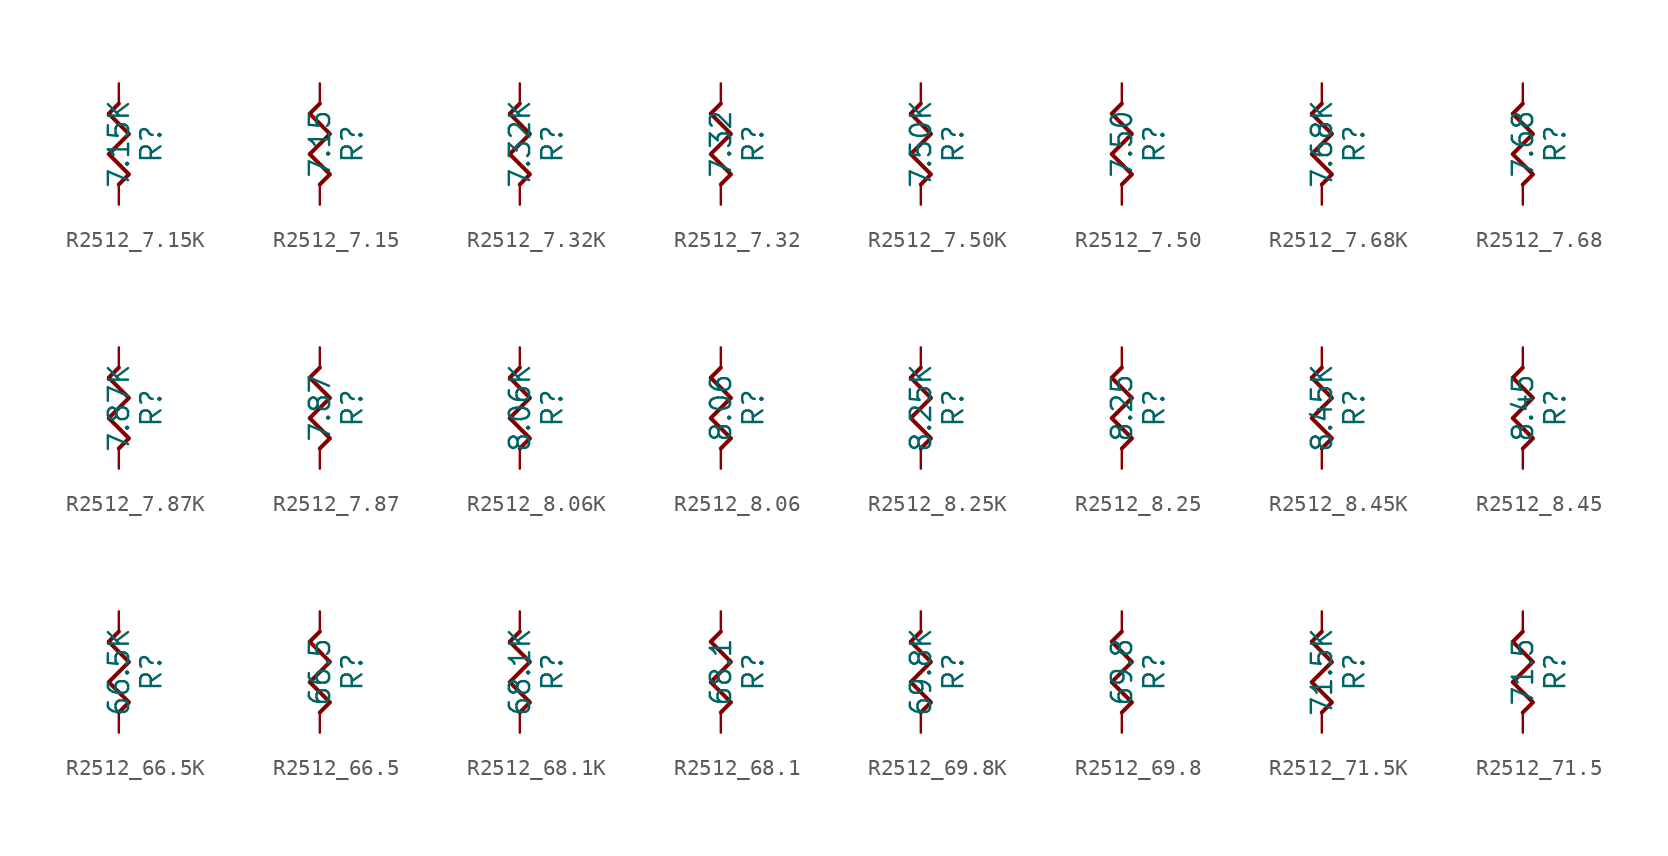
<source format=kicad_sym>
(kicad_symbol_lib
  (version 20211014)
  (generator atlantix-eda)
  (symbol "R2512_7.15K"
    (pin_numbers hide)
    (pin_names
      (offset 0))
    (property "Reference" "R"
      (at 2.032 0 90)
      (effects (font (size 1.27 1.27))))
    (property "Value" "7.15K"
      (at 0 0 90)
      (effects (font (size 1.27 1.27))))
    (symbol "R2512_7.15K_0_1"
      (polyline (pts (xy 0 -2.54) (xy 0.635 -1.905) (xy -0.635 -0.635) (xy 0.635 0.635) (xy -0.635 1.905) (xy 0 2.54)) (stroke (width 0.254) (type default) (color 0 0 0 0)) (fill (type none))))
    (symbol "R2512_7.15K_1_1"
      (pin passive line (at 0 3.81 270) (length 1.27) (name "~" (effects (font (size 1.27 1.27)))) (number "1" (effects (font (size 1.27 1.27)))))
      (pin passive line (at 0 -3.81 90) (length 1.27) (name "~" (effects (font (size 1.27 1.27)))) (number "2" (effects (font (size 1.27 1.27)))))))
  (symbol "R2512_7.15"
    (pin_numbers hide)
    (pin_names
      (offset 0))
    (property "Reference" "R"
      (at 2.032 0 90)
      (effects (font (size 1.27 1.27))))
    (property "Value" "7.15"
      (at 0 0 90)
      (effects (font (size 1.27 1.27))))
    (symbol "R2512_7.15_0_1"
      (polyline (pts (xy 0 -2.54) (xy 0.635 -1.905) (xy -0.635 -0.635) (xy 0.635 0.635) (xy -0.635 1.905) (xy 0 2.54)) (stroke (width 0.254) (type default) (color 0 0 0 0)) (fill (type none))))
    (symbol "R2512_7.15_1_1"
      (pin passive line (at 0 3.81 270) (length 1.27) (name "~" (effects (font (size 1.27 1.27)))) (number "1" (effects (font (size 1.27 1.27)))))
      (pin passive line (at 0 -3.81 90) (length 1.27) (name "~" (effects (font (size 1.27 1.27)))) (number "2" (effects (font (size 1.27 1.27)))))))
  (symbol "R2512_7.32K"
    (pin_numbers hide)
    (pin_names
      (offset 0))
    (property "Reference" "R"
      (at 2.032 0 90)
      (effects (font (size 1.27 1.27))))
    (property "Value" "7.32K"
      (at 0 0 90)
      (effects (font (size 1.27 1.27))))
    (symbol "R2512_7.32K_0_1"
      (polyline (pts (xy 0 -2.54) (xy 0.635 -1.905) (xy -0.635 -0.635) (xy 0.635 0.635) (xy -0.635 1.905) (xy 0 2.54)) (stroke (width 0.254) (type default) (color 0 0 0 0)) (fill (type none))))
    (symbol "R2512_7.32K_1_1"
      (pin passive line (at 0 3.81 270) (length 1.27) (name "~" (effects (font (size 1.27 1.27)))) (number "1" (effects (font (size 1.27 1.27)))))
      (pin passive line (at 0 -3.81 90) (length 1.27) (name "~" (effects (font (size 1.27 1.27)))) (number "2" (effects (font (size 1.27 1.27)))))))
  (symbol "R2512_7.32"
    (pin_numbers hide)
    (pin_names
      (offset 0))
    (property "Reference" "R"
      (at 2.032 0 90)
      (effects (font (size 1.27 1.27))))
    (property "Value" "7.32"
      (at 0 0 90)
      (effects (font (size 1.27 1.27))))
    (symbol "R2512_7.32_0_1"
      (polyline (pts (xy 0 -2.54) (xy 0.635 -1.905) (xy -0.635 -0.635) (xy 0.635 0.635) (xy -0.635 1.905) (xy 0 2.54)) (stroke (width 0.254) (type default) (color 0 0 0 0)) (fill (type none))))
    (symbol "R2512_7.32_1_1"
      (pin passive line (at 0 3.81 270) (length 1.27) (name "~" (effects (font (size 1.27 1.27)))) (number "1" (effects (font (size 1.27 1.27)))))
      (pin passive line (at 0 -3.81 90) (length 1.27) (name "~" (effects (font (size 1.27 1.27)))) (number "2" (effects (font (size 1.27 1.27)))))))
  (symbol "R2512_7.50K"
    (pin_numbers hide)
    (pin_names
      (offset 0))
    (property "Reference" "R"
      (at 2.032 0 90)
      (effects (font (size 1.27 1.27))))
    (property "Value" "7.50K"
      (at 0 0 90)
      (effects (font (size 1.27 1.27))))
    (symbol "R2512_7.50K_0_1"
      (polyline (pts (xy 0 -2.54) (xy 0.635 -1.905) (xy -0.635 -0.635) (xy 0.635 0.635) (xy -0.635 1.905) (xy 0 2.54)) (stroke (width 0.254) (type default) (color 0 0 0 0)) (fill (type none))))
    (symbol "R2512_7.50K_1_1"
      (pin passive line (at 0 3.81 270) (length 1.27) (name "~" (effects (font (size 1.27 1.27)))) (number "1" (effects (font (size 1.27 1.27)))))
      (pin passive line (at 0 -3.81 90) (length 1.27) (name "~" (effects (font (size 1.27 1.27)))) (number "2" (effects (font (size 1.27 1.27)))))))
  (symbol "R2512_7.50"
    (pin_numbers hide)
    (pin_names
      (offset 0))
    (property "Reference" "R"
      (at 2.032 0 90)
      (effects (font (size 1.27 1.27))))
    (property "Value" "7.50"
      (at 0 0 90)
      (effects (font (size 1.27 1.27))))
    (symbol "R2512_7.50_0_1"
      (polyline (pts (xy 0 -2.54) (xy 0.635 -1.905) (xy -0.635 -0.635) (xy 0.635 0.635) (xy -0.635 1.905) (xy 0 2.54)) (stroke (width 0.254) (type default) (color 0 0 0 0)) (fill (type none))))
    (symbol "R2512_7.50_1_1"
      (pin passive line (at 0 3.81 270) (length 1.27) (name "~" (effects (font (size 1.27 1.27)))) (number "1" (effects (font (size 1.27 1.27)))))
      (pin passive line (at 0 -3.81 90) (length 1.27) (name "~" (effects (font (size 1.27 1.27)))) (number "2" (effects (font (size 1.27 1.27)))))))
  (symbol "R2512_7.68K"
    (pin_numbers hide)
    (pin_names
      (offset 0))
    (property "Reference" "R"
      (at 2.032 0 90)
      (effects (font (size 1.27 1.27))))
    (property "Value" "7.68K"
      (at 0 0 90)
      (effects (font (size 1.27 1.27))))
    (symbol "R2512_7.68K_0_1"
      (polyline (pts (xy 0 -2.54) (xy 0.635 -1.905) (xy -0.635 -0.635) (xy 0.635 0.635) (xy -0.635 1.905) (xy 0 2.54)) (stroke (width 0.254) (type default) (color 0 0 0 0)) (fill (type none))))
    (symbol "R2512_7.68K_1_1"
      (pin passive line (at 0 3.81 270) (length 1.27) (name "~" (effects (font (size 1.27 1.27)))) (number "1" (effects (font (size 1.27 1.27)))))
      (pin passive line (at 0 -3.81 90) (length 1.27) (name "~" (effects (font (size 1.27 1.27)))) (number "2" (effects (font (size 1.27 1.27)))))))
  (symbol "R2512_7.68"
    (pin_numbers hide)
    (pin_names
      (offset 0))
    (property "Reference" "R"
      (at 2.032 0 90)
      (effects (font (size 1.27 1.27))))
    (property "Value" "7.68"
      (at 0 0 90)
      (effects (font (size 1.27 1.27))))
    (symbol "R2512_7.68_0_1"
      (polyline (pts (xy 0 -2.54) (xy 0.635 -1.905) (xy -0.635 -0.635) (xy 0.635 0.635) (xy -0.635 1.905) (xy 0 2.54)) (stroke (width 0.254) (type default) (color 0 0 0 0)) (fill (type none))))
    (symbol "R2512_7.68_1_1"
      (pin passive line (at 0 3.81 270) (length 1.27) (name "~" (effects (font (size 1.27 1.27)))) (number "1" (effects (font (size 1.27 1.27)))))
      (pin passive line (at 0 -3.81 90) (length 1.27) (name "~" (effects (font (size 1.27 1.27)))) (number "2" (effects (font (size 1.27 1.27)))))))
  (symbol "R2512_7.87K"
    (pin_numbers hide)
    (pin_names
      (offset 0))
    (property "Reference" "R"
      (at 2.032 0 90)
      (effects (font (size 1.27 1.27))))
    (property "Value" "7.87K"
      (at 0 0 90)
      (effects (font (size 1.27 1.27))))
    (symbol "R2512_7.87K_0_1"
      (polyline (pts (xy 0 -2.54) (xy 0.635 -1.905) (xy -0.635 -0.635) (xy 0.635 0.635) (xy -0.635 1.905) (xy 0 2.54)) (stroke (width 0.254) (type default) (color 0 0 0 0)) (fill (type none))))
    (symbol "R2512_7.87K_1_1"
      (pin passive line (at 0 3.81 270) (length 1.27) (name "~" (effects (font (size 1.27 1.27)))) (number "1" (effects (font (size 1.27 1.27)))))
      (pin passive line (at 0 -3.81 90) (length 1.27) (name "~" (effects (font (size 1.27 1.27)))) (number "2" (effects (font (size 1.27 1.27)))))))
  (symbol "R2512_7.87"
    (pin_numbers hide)
    (pin_names
      (offset 0))
    (property "Reference" "R"
      (at 2.032 0 90)
      (effects (font (size 1.27 1.27))))
    (property "Value" "7.87"
      (at 0 0 90)
      (effects (font (size 1.27 1.27))))
    (symbol "R2512_7.87_0_1"
      (polyline (pts (xy 0 -2.54) (xy 0.635 -1.905) (xy -0.635 -0.635) (xy 0.635 0.635) (xy -0.635 1.905) (xy 0 2.54)) (stroke (width 0.254) (type default) (color 0 0 0 0)) (fill (type none))))
    (symbol "R2512_7.87_1_1"
      (pin passive line (at 0 3.81 270) (length 1.27) (name "~" (effects (font (size 1.27 1.27)))) (number "1" (effects (font (size 1.27 1.27)))))
      (pin passive line (at 0 -3.81 90) (length 1.27) (name "~" (effects (font (size 1.27 1.27)))) (number "2" (effects (font (size 1.27 1.27)))))))
  (symbol "R2512_8.06K"
    (pin_numbers hide)
    (pin_names
      (offset 0))
    (property "Reference" "R"
      (at 2.032 0 90)
      (effects (font (size 1.27 1.27))))
    (property "Value" "8.06K"
      (at 0 0 90)
      (effects (font (size 1.27 1.27))))
    (symbol "R2512_8.06K_0_1"
      (polyline (pts (xy 0 -2.54) (xy 0.635 -1.905) (xy -0.635 -0.635) (xy 0.635 0.635) (xy -0.635 1.905) (xy 0 2.54)) (stroke (width 0.254) (type default) (color 0 0 0 0)) (fill (type none))))
    (symbol "R2512_8.06K_1_1"
      (pin passive line (at 0 3.81 270) (length 1.27) (name "~" (effects (font (size 1.27 1.27)))) (number "1" (effects (font (size 1.27 1.27)))))
      (pin passive line (at 0 -3.81 90) (length 1.27) (name "~" (effects (font (size 1.27 1.27)))) (number "2" (effects (font (size 1.27 1.27)))))))
  (symbol "R2512_8.06"
    (pin_numbers hide)
    (pin_names
      (offset 0))
    (property "Reference" "R"
      (at 2.032 0 90)
      (effects (font (size 1.27 1.27))))
    (property "Value" "8.06"
      (at 0 0 90)
      (effects (font (size 1.27 1.27))))
    (symbol "R2512_8.06_0_1"
      (polyline (pts (xy 0 -2.54) (xy 0.635 -1.905) (xy -0.635 -0.635) (xy 0.635 0.635) (xy -0.635 1.905) (xy 0 2.54)) (stroke (width 0.254) (type default) (color 0 0 0 0)) (fill (type none))))
    (symbol "R2512_8.06_1_1"
      (pin passive line (at 0 3.81 270) (length 1.27) (name "~" (effects (font (size 1.27 1.27)))) (number "1" (effects (font (size 1.27 1.27)))))
      (pin passive line (at 0 -3.81 90) (length 1.27) (name "~" (effects (font (size 1.27 1.27)))) (number "2" (effects (font (size 1.27 1.27)))))))
  (symbol "R2512_8.25K"
    (pin_numbers hide)
    (pin_names
      (offset 0))
    (property "Reference" "R"
      (at 2.032 0 90)
      (effects (font (size 1.27 1.27))))
    (property "Value" "8.25K"
      (at 0 0 90)
      (effects (font (size 1.27 1.27))))
    (symbol "R2512_8.25K_0_1"
      (polyline (pts (xy 0 -2.54) (xy 0.635 -1.905) (xy -0.635 -0.635) (xy 0.635 0.635) (xy -0.635 1.905) (xy 0 2.54)) (stroke (width 0.254) (type default) (color 0 0 0 0)) (fill (type none))))
    (symbol "R2512_8.25K_1_1"
      (pin passive line (at 0 3.81 270) (length 1.27) (name "~" (effects (font (size 1.27 1.27)))) (number "1" (effects (font (size 1.27 1.27)))))
      (pin passive line (at 0 -3.81 90) (length 1.27) (name "~" (effects (font (size 1.27 1.27)))) (number "2" (effects (font (size 1.27 1.27)))))))
  (symbol "R2512_8.25"
    (pin_numbers hide)
    (pin_names
      (offset 0))
    (property "Reference" "R"
      (at 2.032 0 90)
      (effects (font (size 1.27 1.27))))
    (property "Value" "8.25"
      (at 0 0 90)
      (effects (font (size 1.27 1.27))))
    (symbol "R2512_8.25_0_1"
      (polyline (pts (xy 0 -2.54) (xy 0.635 -1.905) (xy -0.635 -0.635) (xy 0.635 0.635) (xy -0.635 1.905) (xy 0 2.54)) (stroke (width 0.254) (type default) (color 0 0 0 0)) (fill (type none))))
    (symbol "R2512_8.25_1_1"
      (pin passive line (at 0 3.81 270) (length 1.27) (name "~" (effects (font (size 1.27 1.27)))) (number "1" (effects (font (size 1.27 1.27)))))
      (pin passive line (at 0 -3.81 90) (length 1.27) (name "~" (effects (font (size 1.27 1.27)))) (number "2" (effects (font (size 1.27 1.27)))))))
  (symbol "R2512_8.45K"
    (pin_numbers hide)
    (pin_names
      (offset 0))
    (property "Reference" "R"
      (at 2.032 0 90)
      (effects (font (size 1.27 1.27))))
    (property "Value" "8.45K"
      (at 0 0 90)
      (effects (font (size 1.27 1.27))))
    (symbol "R2512_8.45K_0_1"
      (polyline (pts (xy 0 -2.54) (xy 0.635 -1.905) (xy -0.635 -0.635) (xy 0.635 0.635) (xy -0.635 1.905) (xy 0 2.54)) (stroke (width 0.254) (type default) (color 0 0 0 0)) (fill (type none))))
    (symbol "R2512_8.45K_1_1"
      (pin passive line (at 0 3.81 270) (length 1.27) (name "~" (effects (font (size 1.27 1.27)))) (number "1" (effects (font (size 1.27 1.27)))))
      (pin passive line (at 0 -3.81 90) (length 1.27) (name "~" (effects (font (size 1.27 1.27)))) (number "2" (effects (font (size 1.27 1.27)))))))
  (symbol "R2512_8.45"
    (pin_numbers hide)
    (pin_names
      (offset 0))
    (property "Reference" "R"
      (at 2.032 0 90)
      (effects (font (size 1.27 1.27))))
    (property "Value" "8.45"
      (at 0 0 90)
      (effects (font (size 1.27 1.27))))
    (symbol "R2512_8.45_0_1"
      (polyline (pts (xy 0 -2.54) (xy 0.635 -1.905) (xy -0.635 -0.635) (xy 0.635 0.635) (xy -0.635 1.905) (xy 0 2.54)) (stroke (width 0.254) (type default) (color 0 0 0 0)) (fill (type none))))
    (symbol "R2512_8.45_1_1"
      (pin passive line (at 0 3.81 270) (length 1.27) (name "~" (effects (font (size 1.27 1.27)))) (number "1" (effects (font (size 1.27 1.27)))))
      (pin passive line (at 0 -3.81 90) (length 1.27) (name "~" (effects (font (size 1.27 1.27)))) (number "2" (effects (font (size 1.27 1.27)))))))
  (symbol "R2512_66.5K"
    (pin_numbers hide)
    (pin_names
      (offset 0))
    (property "Reference" "R"
      (at 2.032 0 90)
      (effects (font (size 1.27 1.27))))
    (property "Value" "66.5K"
      (at 0 0 90)
      (effects (font (size 1.27 1.27))))
    (symbol "R2512_66.5K_0_1"
      (polyline (pts (xy 0 -2.54) (xy 0.635 -1.905) (xy -0.635 -0.635) (xy 0.635 0.635) (xy -0.635 1.905) (xy 0 2.54)) (stroke (width 0.254) (type default) (color 0 0 0 0)) (fill (type none))))
    (symbol "R2512_66.5K_1_1"
      (pin passive line (at 0 3.81 270) (length 1.27) (name "~" (effects (font (size 1.27 1.27)))) (number "1" (effects (font (size 1.27 1.27)))))
      (pin passive line (at 0 -3.81 90) (length 1.27) (name "~" (effects (font (size 1.27 1.27)))) (number "2" (effects (font (size 1.27 1.27)))))))
  (symbol "R2512_66.5"
    (pin_numbers hide)
    (pin_names
      (offset 0))
    (property "Reference" "R"
      (at 2.032 0 90)
      (effects (font (size 1.27 1.27))))
    (property "Value" "66.5"
      (at 0 0 90)
      (effects (font (size 1.27 1.27))))
    (symbol "R2512_66.5_0_1"
      (polyline (pts (xy 0 -2.54) (xy 0.635 -1.905) (xy -0.635 -0.635) (xy 0.635 0.635) (xy -0.635 1.905) (xy 0 2.54)) (stroke (width 0.254) (type default) (color 0 0 0 0)) (fill (type none))))
    (symbol "R2512_66.5_1_1"
      (pin passive line (at 0 3.81 270) (length 1.27) (name "~" (effects (font (size 1.27 1.27)))) (number "1" (effects (font (size 1.27 1.27)))))
      (pin passive line (at 0 -3.81 90) (length 1.27) (name "~" (effects (font (size 1.27 1.27)))) (number "2" (effects (font (size 1.27 1.27)))))))
  (symbol "R2512_68.1K"
    (pin_numbers hide)
    (pin_names
      (offset 0))
    (property "Reference" "R"
      (at 2.032 0 90)
      (effects (font (size 1.27 1.27))))
    (property "Value" "68.1K"
      (at 0 0 90)
      (effects (font (size 1.27 1.27))))
    (symbol "R2512_68.1K_0_1"
      (polyline (pts (xy 0 -2.54) (xy 0.635 -1.905) (xy -0.635 -0.635) (xy 0.635 0.635) (xy -0.635 1.905) (xy 0 2.54)) (stroke (width 0.254) (type default) (color 0 0 0 0)) (fill (type none))))
    (symbol "R2512_68.1K_1_1"
      (pin passive line (at 0 3.81 270) (length 1.27) (name "~" (effects (font (size 1.27 1.27)))) (number "1" (effects (font (size 1.27 1.27)))))
      (pin passive line (at 0 -3.81 90) (length 1.27) (name "~" (effects (font (size 1.27 1.27)))) (number "2" (effects (font (size 1.27 1.27)))))))
  (symbol "R2512_68.1"
    (pin_numbers hide)
    (pin_names
      (offset 0))
    (property "Reference" "R"
      (at 2.032 0 90)
      (effects (font (size 1.27 1.27))))
    (property "Value" "68.1"
      (at 0 0 90)
      (effects (font (size 1.27 1.27))))
    (symbol "R2512_68.1_0_1"
      (polyline (pts (xy 0 -2.54) (xy 0.635 -1.905) (xy -0.635 -0.635) (xy 0.635 0.635) (xy -0.635 1.905) (xy 0 2.54)) (stroke (width 0.254) (type default) (color 0 0 0 0)) (fill (type none))))
    (symbol "R2512_68.1_1_1"
      (pin passive line (at 0 3.81 270) (length 1.27) (name "~" (effects (font (size 1.27 1.27)))) (number "1" (effects (font (size 1.27 1.27)))))
      (pin passive line (at 0 -3.81 90) (length 1.27) (name "~" (effects (font (size 1.27 1.27)))) (number "2" (effects (font (size 1.27 1.27)))))))
  (symbol "R2512_69.8K"
    (pin_numbers hide)
    (pin_names
      (offset 0))
    (property "Reference" "R"
      (at 2.032 0 90)
      (effects (font (size 1.27 1.27))))
    (property "Value" "69.8K"
      (at 0 0 90)
      (effects (font (size 1.27 1.27))))
    (symbol "R2512_69.8K_0_1"
      (polyline (pts (xy 0 -2.54) (xy 0.635 -1.905) (xy -0.635 -0.635) (xy 0.635 0.635) (xy -0.635 1.905) (xy 0 2.54)) (stroke (width 0.254) (type default) (color 0 0 0 0)) (fill (type none))))
    (symbol "R2512_69.8K_1_1"
      (pin passive line (at 0 3.81 270) (length 1.27) (name "~" (effects (font (size 1.27 1.27)))) (number "1" (effects (font (size 1.27 1.27)))))
      (pin passive line (at 0 -3.81 90) (length 1.27) (name "~" (effects (font (size 1.27 1.27)))) (number "2" (effects (font (size 1.27 1.27)))))))
  (symbol "R2512_69.8"
    (pin_numbers hide)
    (pin_names
      (offset 0))
    (property "Reference" "R"
      (at 2.032 0 90)
      (effects (font (size 1.27 1.27))))
    (property "Value" "69.8"
      (at 0 0 90)
      (effects (font (size 1.27 1.27))))
    (symbol "R2512_69.8_0_1"
      (polyline (pts (xy 0 -2.54) (xy 0.635 -1.905) (xy -0.635 -0.635) (xy 0.635 0.635) (xy -0.635 1.905) (xy 0 2.54)) (stroke (width 0.254) (type default) (color 0 0 0 0)) (fill (type none))))
    (symbol "R2512_69.8_1_1"
      (pin passive line (at 0 3.81 270) (length 1.27) (name "~" (effects (font (size 1.27 1.27)))) (number "1" (effects (font (size 1.27 1.27)))))
      (pin passive line (at 0 -3.81 90) (length 1.27) (name "~" (effects (font (size 1.27 1.27)))) (number "2" (effects (font (size 1.27 1.27)))))))
  (symbol "R2512_71.5K"
    (pin_numbers hide)
    (pin_names
      (offset 0))
    (property "Reference" "R"
      (at 2.032 0 90)
      (effects (font (size 1.27 1.27))))
    (property "Value" "71.5K"
      (at 0 0 90)
      (effects (font (size 1.27 1.27))))
    (symbol "R2512_71.5K_0_1"
      (polyline (pts (xy 0 -2.54) (xy 0.635 -1.905) (xy -0.635 -0.635) (xy 0.635 0.635) (xy -0.635 1.905) (xy 0 2.54)) (stroke (width 0.254) (type default) (color 0 0 0 0)) (fill (type none))))
    (symbol "R2512_71.5K_1_1"
      (pin passive line (at 0 3.81 270) (length 1.27) (name "~" (effects (font (size 1.27 1.27)))) (number "1" (effects (font (size 1.27 1.27)))))
      (pin passive line (at 0 -3.81 90) (length 1.27) (name "~" (effects (font (size 1.27 1.27)))) (number "2" (effects (font (size 1.27 1.27)))))))
  (symbol "R2512_71.5"
    (pin_numbers hide)
    (pin_names
      (offset 0))
    (property "Reference" "R"
      (at 2.032 0 90)
      (effects (font (size 1.27 1.27))))
    (property "Value" "71.5"
      (at 0 0 90)
      (effects (font (size 1.27 1.27))))
    (symbol "R2512_71.5_0_1"
      (polyline (pts (xy 0 -2.54) (xy 0.635 -1.905) (xy -0.635 -0.635) (xy 0.635 0.635) (xy -0.635 1.905) (xy 0 2.54)) (stroke (width 0.254) (type default) (color 0 0 0 0)) (fill (type none))))
    (symbol "R2512_71.5_1_1"
      (pin passive line (at 0 3.81 270) (length 1.27) (name "~" (effects (font (size 1.27 1.27)))) (number "1" (effects (font (size 1.27 1.27)))))
      (pin passive line (at 0 -3.81 90) (length 1.27) (name "~" (effects (font (size 1.27 1.27)))) (number "2" (effects (font (size 1.27 1.27))))))))
</source>
